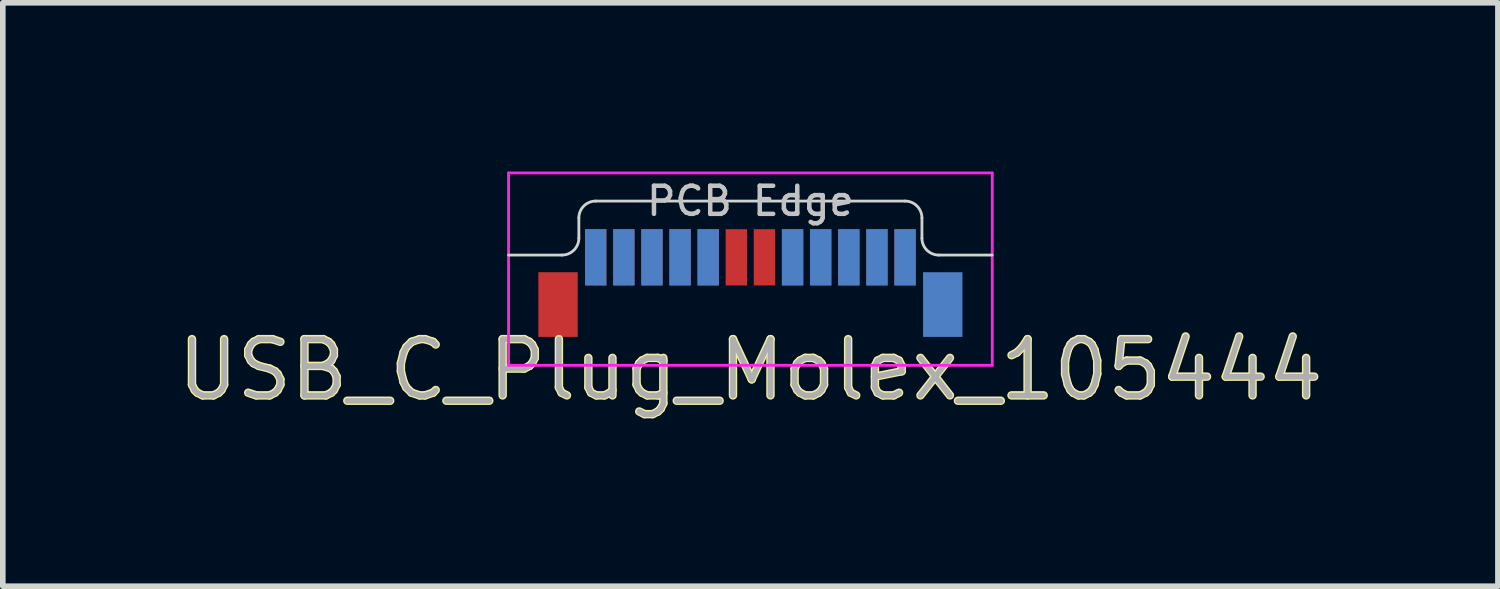
<source format=kicad_pcb>
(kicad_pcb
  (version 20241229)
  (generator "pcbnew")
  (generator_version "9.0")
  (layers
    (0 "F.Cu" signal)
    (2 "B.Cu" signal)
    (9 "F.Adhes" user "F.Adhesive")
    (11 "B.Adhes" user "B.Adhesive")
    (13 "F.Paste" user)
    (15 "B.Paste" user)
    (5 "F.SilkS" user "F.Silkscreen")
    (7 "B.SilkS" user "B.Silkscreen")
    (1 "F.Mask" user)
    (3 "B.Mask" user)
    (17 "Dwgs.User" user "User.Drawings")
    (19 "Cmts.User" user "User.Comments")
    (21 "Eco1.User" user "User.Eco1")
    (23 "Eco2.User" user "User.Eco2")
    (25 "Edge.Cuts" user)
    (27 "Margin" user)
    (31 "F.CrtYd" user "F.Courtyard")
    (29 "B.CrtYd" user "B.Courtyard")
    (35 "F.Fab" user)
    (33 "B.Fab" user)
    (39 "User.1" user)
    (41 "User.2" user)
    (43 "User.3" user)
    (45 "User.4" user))
  (footprint "USB_C_Plug_Molex_105444"
    (layer "F.Cu")
    (at 10.292 1.485)
    (property "Reference" "USB_C_Plug_Molex_105444" (at 0 2.04 0) (layer "F.SilkS") (effects (font (size 1 1) (thickness 0.15))))
    (attr smd)
    (fp_line (start -3.35 0) (end -4.3 0) (stroke (width 0.1) (type solid)) (layer "Eco1.User"))
    (fp_line (start -3.05 -0.66) (end -3.05 -0.3) (stroke (width 0.1) (type solid)) (layer "Eco1.User"))
    (fp_line (start -2.75 -0.96) (end 2.75 -0.96) (stroke (width 0.1) (type solid)) (layer "Eco1.User"))
    (fp_line (start 3.05 -0.66) (end 3.05 -0.3) (stroke (width 0.1) (type solid)) (layer "Eco1.User"))
    (fp_line (start 3.35 0) (end 4.3 0) (stroke (width 0.1) (type solid)) (layer "Eco1.User"))
    (fp_arc (start -3.05 -0.66) (mid -2.962132 -0.872132) (end -2.75 -0.96) (stroke (width 0.1) (type solid)) (layer "Eco1.User"))
    (fp_arc (start -3.05 -0.3) (mid -3.137868 -0.087868) (end -3.35 0) (stroke (width 0.1) (type solid)) (layer "Eco1.User"))
    (fp_arc (start 2.75 -0.96) (mid 2.962132 -0.872132) (end 3.05 -0.66) (stroke (width 0.1) (type solid)) (layer "Eco1.User"))
    (fp_arc (start 3.35 0) (mid 3.137868 -0.087868) (end 3.05 -0.3) (stroke (width 0.1) (type solid)) (layer "Eco1.User"))
    (fp_line (start -3.35 0) (end -4.3 0) (stroke (width 0.05) (type solid)) (layer "Edge.Cuts"))
    (fp_line (start -3.05 -0.66) (end -3.05 -0.3) (stroke (width 0.05) (type solid)) (layer "Edge.Cuts"))
    (fp_line (start -2.75 -0.96) (end 2.75 -0.96) (stroke (width 0.05) (type solid)) (layer "Edge.Cuts"))
    (fp_line (start 3.05 -0.66) (end 3.05 -0.3) (stroke (width 0.05) (type solid)) (layer "Edge.Cuts"))
    (fp_line (start 3.35 0) (end 4.3 0) (stroke (width 0.05) (type solid)) (layer "Edge.Cuts"))
    (fp_arc (start -3.05 -0.66) (mid -2.962132 -0.872132) (end -2.75 -0.96) (stroke (width 0.05) (type solid)) (layer "Edge.Cuts"))
    (fp_arc (start -3.05 -0.3) (mid -3.137868 -0.087868) (end -3.35 0) (stroke (width 0.05) (type solid)) (layer "Edge.Cuts"))
    (fp_arc (start 2.75 -0.96) (mid 2.962132 -0.872132) (end 3.05 -0.66) (stroke (width 0.05) (type solid)) (layer "Edge.Cuts"))
    (fp_arc (start 3.35 0) (mid 3.137868 -0.087868) (end 3.05 -0.3) (stroke (width 0.05) (type solid)) (layer "Edge.Cuts"))
    (fp_line (start -4.3 1.96) (end -4.3 -1.46) (stroke (width 0.05) (type solid)) (layer "F.CrtYd"))
    (fp_line (start 4.3 -1.46) (end -4.3 -1.46) (stroke (width 0.05) (type solid)) (layer "F.CrtYd"))
    (fp_line (start 4.3 1.96) (end -4.3 1.96) (stroke (width 0.05) (type solid)) (layer "F.CrtYd"))
    (fp_line (start 4.3 1.96) (end 4.3 -1.46) (stroke (width 0.05) (type solid)) (layer "F.CrtYd"))
    (fp_text user "PCB Edge" (at 0 -0.96 0) (layer "Dwgs.User") (effects (font (size 0.5 0.5) (thickness 0.08))))
    (fp_text user "${REFERENCE}" (at 0 2.04 0) (layer "F.Fab") (effects (font (size 1 1) (thickness 0.1))))
    (pad "A1" smd rect (at -2.75 0.04) (size 0.38 1) (layers "F.Cu" "F.Mask" "F.Paste"))
    (pad "A2" smd rect (at -2.25 0.04) (size 0.38 1) (layers "F.Cu" "F.Mask" "F.Paste"))
    (pad "A3" smd rect (at -1.75 0.04) (size 0.38 1) (layers "F.Cu" "F.Mask" "F.Paste"))
    (pad "A4" smd rect (at -1.25 0.04) (size 0.38 1) (layers "F.Cu" "F.Mask" "F.Paste"))
    (pad "A5" smd rect (at -0.75 0.04) (size 0.38 1) (layers "F.Cu" "F.Mask" "F.Paste"))
    (pad "A6" smd rect (at -0.25 0.04) (size 0.38 1) (layers "F.Cu" "F.Mask" "F.Paste"))
    (pad "A7" smd rect (at 0.25 0.04) (size 0.38 1) (layers "F.Cu" "F.Mask" "F.Paste"))
    (pad "A8" smd rect (at 0.75 0.04) (size 0.38 1) (layers "F.Cu" "F.Mask" "F.Paste"))
    (pad "A9" smd rect (at 1.25 0.04) (size 0.38 1) (layers "F.Cu" "F.Mask" "F.Paste"))
    (pad "A10" smd rect (at 1.75 0.04) (size 0.38 1) (layers "F.Cu" "F.Mask" "F.Paste"))
    (pad "A11" smd rect (at 2.25 0.04) (size 0.38 1) (layers "F.Cu" "F.Mask" "F.Paste"))
    (pad "A12" smd rect (at 2.75 0.04) (size 0.38 1) (layers "F.Cu" "F.Mask" "F.Paste"))
    (pad "B1" smd rect (at 2.75 0.04) (size 0.38 1) (layers "B.Cu" "B.Mask" "B.Paste"))
    (pad "B2" smd rect (at 2.25 0.04) (size 0.38 1) (layers "B.Cu" "B.Mask" "B.Paste"))
    (pad "B3" smd rect (at 1.75 0.04) (size 0.38 1) (layers "B.Cu" "B.Mask" "B.Paste"))
    (pad "B4" smd rect (at 1.25 0.04) (size 0.38 1) (layers "B.Cu" "B.Mask" "B.Paste"))
    (pad "B5" smd rect (at 0.75 0.04) (size 0.38 1) (layers "B.Cu" "B.Mask" "B.Paste"))
    (pad "B8" smd rect (at -0.75 0.04) (size 0.38 1) (layers "B.Cu" "B.Mask" "B.Paste"))
    (pad "B9" smd rect (at -1.25 0.04) (size 0.38 1) (layers "B.Cu" "B.Mask" "B.Paste"))
    (pad "B10" smd rect (at -1.75 0.04) (size 0.38 1) (layers "B.Cu" "B.Mask" "B.Paste"))
    (pad "B11" smd rect (at -2.25 0.04) (size 0.38 1) (layers "B.Cu" "B.Mask" "B.Paste"))
    (pad "B12" smd rect (at -2.75 0.04) (size 0.38 1) (layers "B.Cu" "B.Mask" "B.Paste"))
    (pad "S1" smd rect (at -3.42 0.88) (size 0.7 1.15) (layers "F.Cu" "F.Mask" "F.Paste"))
    (pad "S1" smd rect (at 3.42 0.88) (size 0.7 1.15) (layers "B.Cu" "B.Mask" "B.Paste")))
  (gr_rect
    (start -3 -3)
    (end 23.583 7.373)
    (stroke (width 0.1) (type default))
    (fill no)
    (layer "Edge.Cuts")))
</source>
